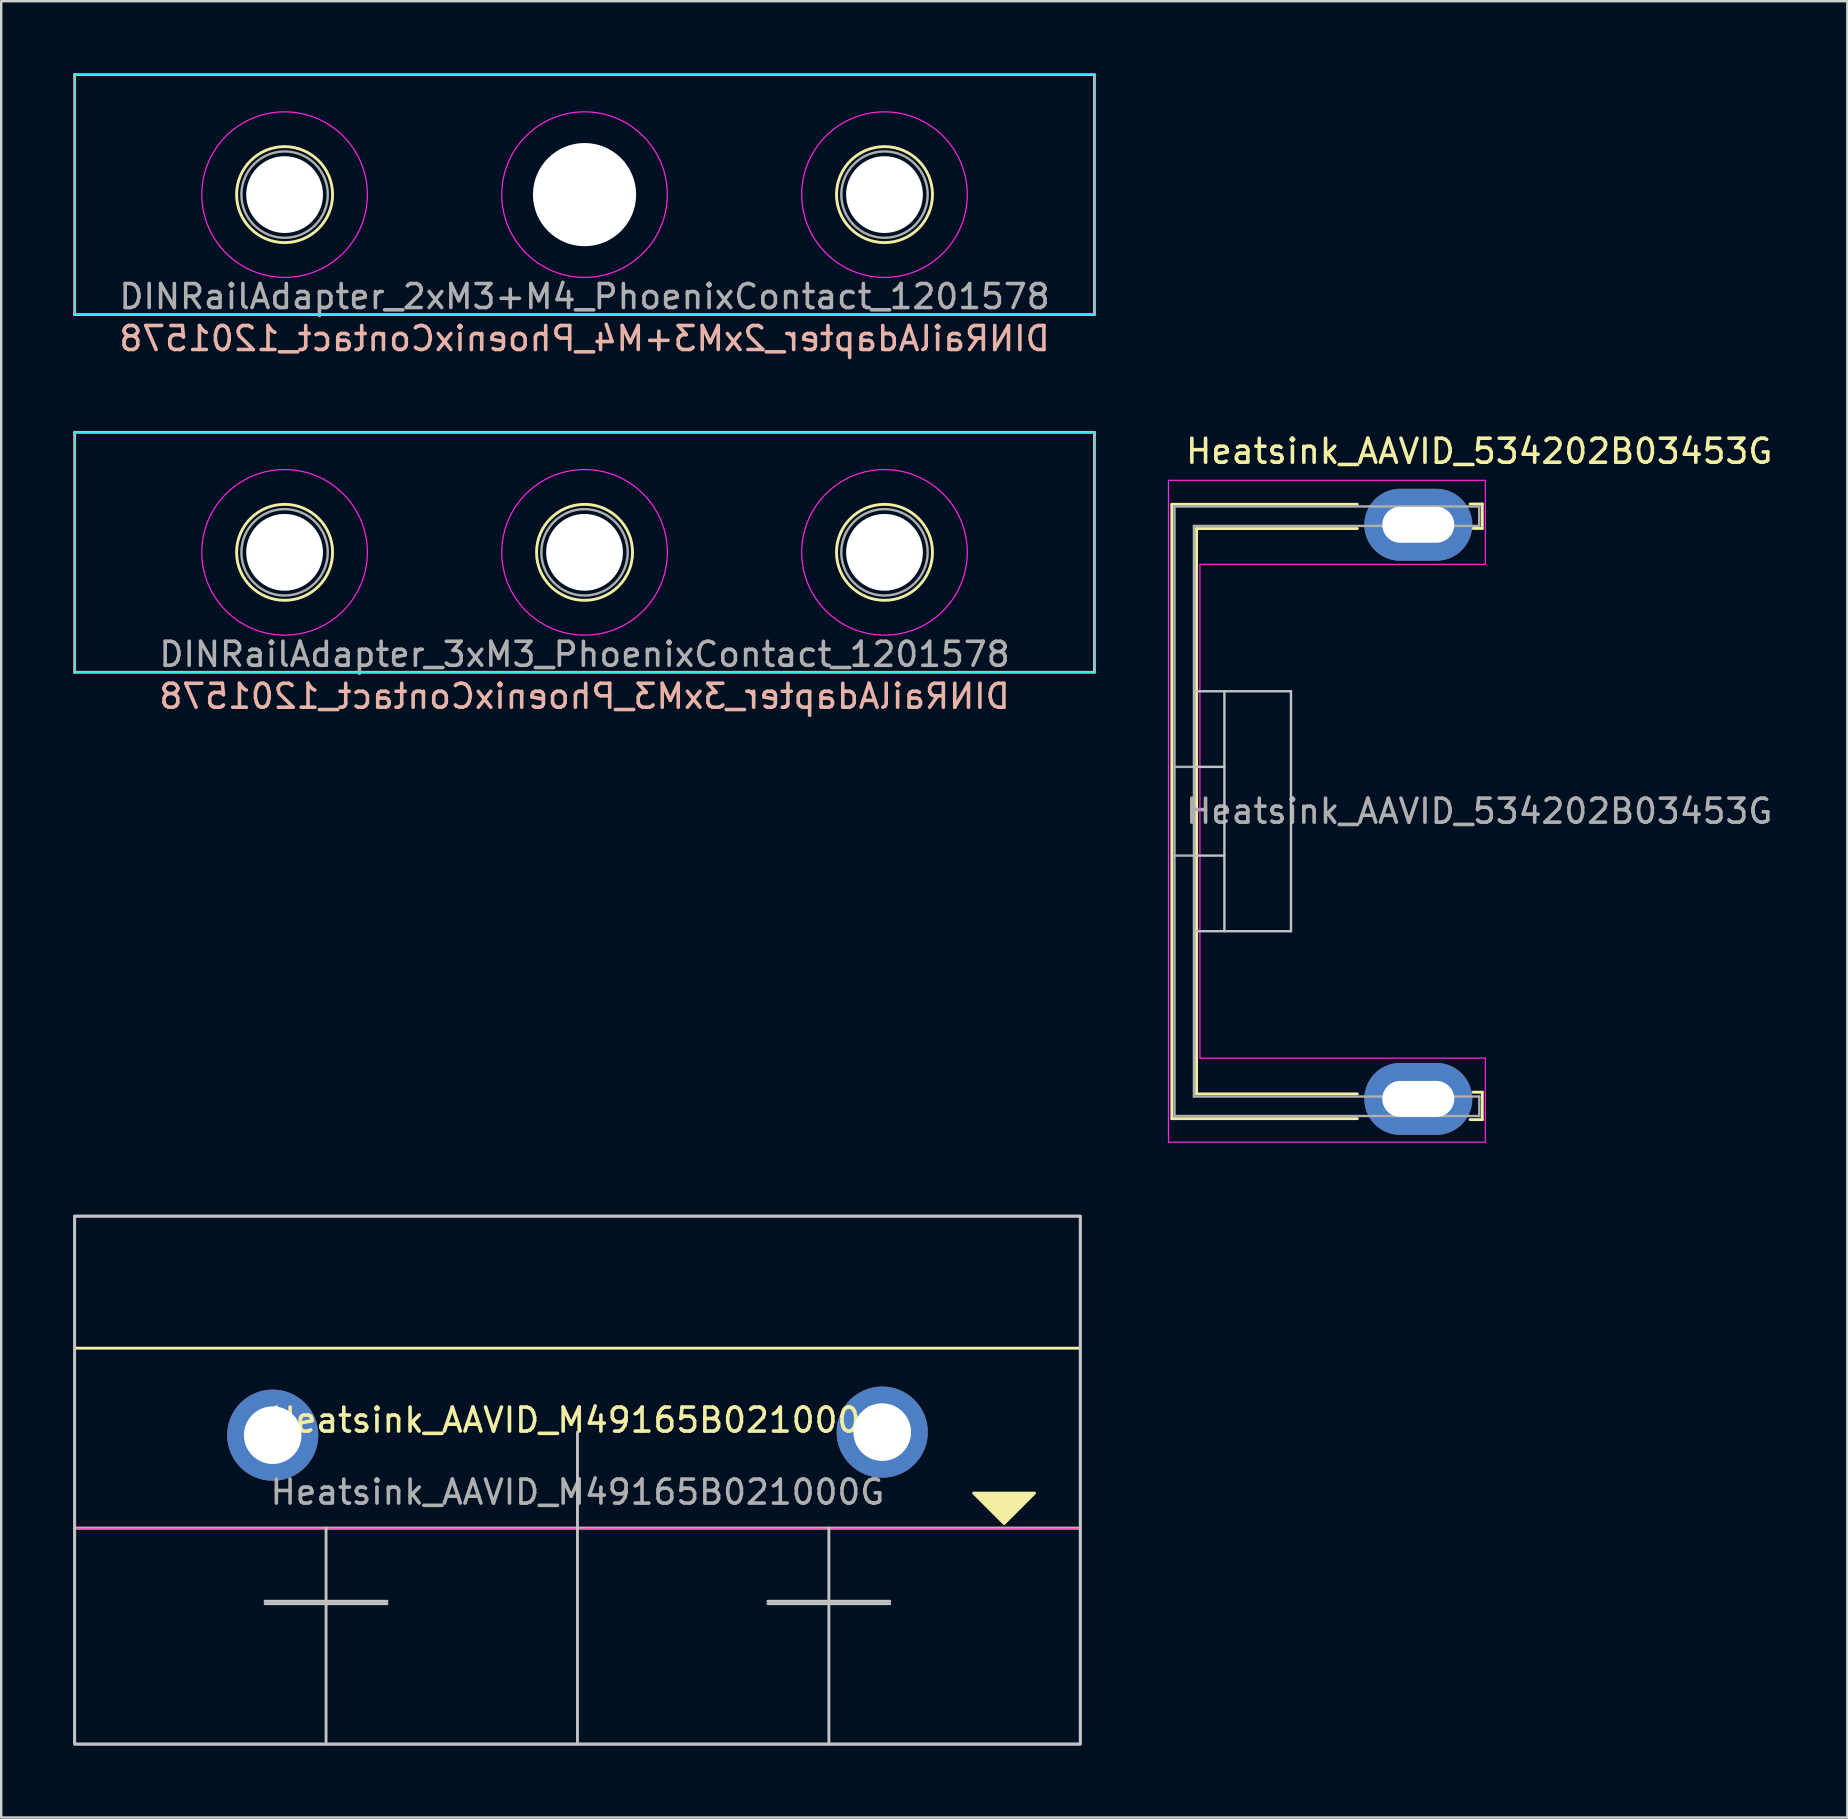
<source format=kicad_pcb>
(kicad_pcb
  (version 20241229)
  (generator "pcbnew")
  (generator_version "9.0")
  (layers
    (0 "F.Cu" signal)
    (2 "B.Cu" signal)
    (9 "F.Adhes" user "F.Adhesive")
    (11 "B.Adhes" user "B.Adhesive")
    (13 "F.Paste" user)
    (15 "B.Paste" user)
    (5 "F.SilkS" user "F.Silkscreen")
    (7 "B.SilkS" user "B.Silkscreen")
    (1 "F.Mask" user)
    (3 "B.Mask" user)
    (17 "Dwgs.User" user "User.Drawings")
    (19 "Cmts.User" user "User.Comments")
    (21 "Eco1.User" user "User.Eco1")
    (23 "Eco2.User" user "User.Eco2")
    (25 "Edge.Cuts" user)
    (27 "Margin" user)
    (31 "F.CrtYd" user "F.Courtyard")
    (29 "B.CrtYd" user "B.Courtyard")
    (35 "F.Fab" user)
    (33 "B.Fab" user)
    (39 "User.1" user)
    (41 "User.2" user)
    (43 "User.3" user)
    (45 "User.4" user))
  (footprint "Heatsink_AAVID_M49165B021000G"
    (layer "F.Cu")
    (at 21.015 56.632)
    (property "Reference" "Heatsink_AAVID_M49165B021000G" (at 0 -0.5 0) (unlocked yes) (layer "F.SilkS") (effects (font (size 1 1) (thickness 0.15))))
    (attr through_hole)
    (fp_line (start -20.955 -3.5) (end 20.955 -3.5) (stroke (width 0.12) (type solid)) (layer "F.SilkS"))
    (fp_line (start -20.955 4) (end 20.955 4) (stroke (width 0.12) (type solid)) (layer "F.SilkS"))
    (fp_poly (pts (xy 17.78 3.81) (xy 16.51 2.54) (xy 19.05 2.54)) (stroke (width 0.12) (type solid)) (fill yes) (layer "F.SilkS"))
    (fp_line (start -13.018 7.048) (end -7.938 7.048) (stroke (width 0.12) (type solid)) (layer "Dwgs.User"))
    (fp_line (start -13.018 7.15) (end -7.938 7.15) (stroke (width 0.12) (type solid)) (layer "Dwgs.User"))
    (fp_line (start -10.477 4) (end -10.477 13) (stroke (width 0.12) (type solid)) (layer "Dwgs.User"))
    (fp_line (start 0 0) (end 0 12.954) (stroke (width 0.12) (type solid)) (layer "Dwgs.User"))
    (fp_line (start 7.938 7.048) (end 13.018 7.048) (stroke (width 0.12) (type solid)) (layer "Dwgs.User"))
    (fp_line (start 7.938 7.15) (end 13.018 7.15) (stroke (width 0.12) (type solid)) (layer "Dwgs.User"))
    (fp_line (start 10.477 4) (end 10.477 13) (stroke (width 0.12) (type solid)) (layer "Dwgs.User"))
    (fp_rect (start -20.955 13) (end 20.955 -9) (stroke (width 0.12) (type solid)) (fill no) (layer "Dwgs.User"))
    (fp_rect (start -20.955 -9) (end 20.955 4) (stroke (width 0.05) (type solid)) (fill no) (layer "F.CrtYd"))
    (fp_rect (start -20.955 13) (end 20.955 -9) (stroke (width 0.12) (type solid)) (fill no) (layer "F.Fab"))
    (fp_text user "${REFERENCE}" (at 0 2.5 0) (unlocked yes) (layer "F.Fab") (effects (font (size 1 1) (thickness 0.15))))
    (pad "1" thru_hole circle (at 12.7 0) (size 3.8 3.8) (drill 2.4) (layers "*.Cu" "*.Mask"))
    (pad "2" thru_hole circle (at -12.7 0.127) (size 3.8 3.8) (drill 2.4) (layers "*.Cu" "*.Mask"))
    (zone (net_name "") (layer "F.Cu") (hatch edge 0.508) (connect_pads) (min_thickness 0.254) (filled_areas_thickness no) (keepout (tracks allowed) (vias not_allowed) (pads allowed) (copperpour not_allowed) (footprints allowed)) (placement (enabled no)) (fill) (polygon (pts (xy 41.97 60.645) (xy 0.06 60.645) (xy 0.06 53.126) (xy 41.97 53.126)))))
  (footprint "DINRailAdapter_2xM3+M4_PhoenixContact_1201578"
    (layer "F.Cu")
    (at 21.31 5.06)
    (property "Reference" "DINRailAdapter_2xM3+M4_PhoenixContact_1201578" (at 0 6 0) (layer "B.SilkS") (effects (font (size 1 1) (thickness 0.15)) (justify mirror)))
    (attr through_hole)
    (fp_circle (center -12.5 0) (end -10.5 0) (stroke (width 0.12) (type solid)) (fill no) (layer "F.SilkS"))
    (fp_circle (center 0 0) (end 2 0) (stroke (width 0.12) (type solid)) (fill no) (layer "F.SilkS"))
    (fp_circle (center 12.5 0) (end 14.5 0) (stroke (width 0.12) (type solid)) (fill no) (layer "F.SilkS"))
    (fp_line (start -21.25 -5) (end -21.25 5) (stroke (width 0.12) (type solid)) (layer "B.SilkS"))
    (fp_line (start -21.25 5) (end 21.25 5) (stroke (width 0.12) (type solid)) (layer "B.SilkS"))
    (fp_line (start 21.25 -5) (end -21.25 -5) (stroke (width 0.12) (type solid)) (layer "B.SilkS"))
    (fp_line (start 21.25 5) (end 21.25 -5) (stroke (width 0.12) (type solid)) (layer "B.SilkS"))
    (fp_line (start -21.25 -5) (end 21.25 -5) (stroke (width 0.05) (type solid)) (layer "B.CrtYd"))
    (fp_line (start -21.25 5) (end -21.25 -5) (stroke (width 0.05) (type solid)) (layer "B.CrtYd"))
    (fp_line (start 21.25 -5) (end 21.25 5) (stroke (width 0.05) (type solid)) (layer "B.CrtYd"))
    (fp_line (start 21.25 5) (end -21.25 5) (stroke (width 0.05) (type solid)) (layer "B.CrtYd"))
    (fp_circle (center -12.5 0) (end -9.05 0) (stroke (width 0.05) (type solid)) (fill no) (layer "F.CrtYd"))
    (fp_circle (center 0 0) (end 3.45 0) (stroke (width 0.05) (type solid)) (fill no) (layer "F.CrtYd"))
    (fp_circle (center 12.5 0) (end 15.95 0) (stroke (width 0.05) (type solid)) (fill no) (layer "F.CrtYd"))
    (fp_circle (center -12.5 0) (end -10.7 0) (stroke (width 0.1) (type solid)) (fill no) (layer "F.Fab"))
    (fp_circle (center 0 0) (end 1.8 0) (stroke (width 0.1) (type solid)) (fill no) (layer "F.Fab"))
    (fp_circle (center 12.5 0) (end 14.3 0) (stroke (width 0.1) (type solid)) (fill no) (layer "F.Fab"))
    (fp_text user "${REFERENCE}" (at 0 4.25 0) (layer "F.Fab") (effects (font (size 1 1) (thickness 0.15))))
    (pad "" np_thru_hole circle (at -12.5 0) (size 3.2 3.2) (drill 3.2) (layers "*.Cu" "*.Mask"))
    (pad "" np_thru_hole circle (at 0 0) (size 4.3 4.3) (drill 4.3) (layers "*.Cu" "*.Mask"))
    (pad "" np_thru_hole circle (at 12.5 0) (size 3.2 3.2) (drill 3.2) (layers "*.Cu" "*.Mask")))
  (footprint "DINRailAdapter_3xM3_PhoenixContact_1201578"
    (layer "F.Cu")
    (at 21.31 19.968)
    (property "Reference" "DINRailAdapter_3xM3_PhoenixContact_1201578" (at 0 6 0) (layer "B.SilkS") (effects (font (size 1 1) (thickness 0.15)) (justify mirror)))
    (attr through_hole)
    (fp_circle (center -12.5 0) (end -10.5 0) (stroke (width 0.12) (type solid)) (fill no) (layer "F.SilkS"))
    (fp_circle (center 0 0) (end 2 0) (stroke (width 0.12) (type solid)) (fill no) (layer "F.SilkS"))
    (fp_circle (center 12.5 0) (end 14.5 0) (stroke (width 0.12) (type solid)) (fill no) (layer "F.SilkS"))
    (fp_line (start -21.25 -5) (end -21.25 5) (stroke (width 0.12) (type solid)) (layer "B.SilkS"))
    (fp_line (start -21.25 5) (end 21.25 5) (stroke (width 0.12) (type solid)) (layer "B.SilkS"))
    (fp_line (start 21.25 -5) (end -21.25 -5) (stroke (width 0.12) (type solid)) (layer "B.SilkS"))
    (fp_line (start 21.25 5) (end 21.25 -5) (stroke (width 0.12) (type solid)) (layer "B.SilkS"))
    (fp_line (start -21.25 -5) (end 21.25 -5) (stroke (width 0.05) (type solid)) (layer "B.CrtYd"))
    (fp_line (start -21.25 5) (end -21.25 -5) (stroke (width 0.05) (type solid)) (layer "B.CrtYd"))
    (fp_line (start 21.25 -5) (end 21.25 5) (stroke (width 0.05) (type solid)) (layer "B.CrtYd"))
    (fp_line (start 21.25 5) (end -21.25 5) (stroke (width 0.05) (type solid)) (layer "B.CrtYd"))
    (fp_circle (center -12.5 0) (end -9.05 0) (stroke (width 0.05) (type solid)) (fill no) (layer "F.CrtYd"))
    (fp_circle (center 0 0) (end 3.45 0) (stroke (width 0.05) (type solid)) (fill no) (layer "F.CrtYd"))
    (fp_circle (center 12.5 0) (end 15.95 0) (stroke (width 0.05) (type solid)) (fill no) (layer "F.CrtYd"))
    (fp_circle (center -12.5 0) (end -10.7 0) (stroke (width 0.1) (type solid)) (fill no) (layer "F.Fab"))
    (fp_circle (center 0 0) (end 1.8 0) (stroke (width 0.1) (type solid)) (fill no) (layer "F.Fab"))
    (fp_circle (center 12.5 0) (end 14.3 0) (stroke (width 0.1) (type solid)) (fill no) (layer "F.Fab"))
    (fp_text user "${REFERENCE}" (at 0 4.25 0) (layer "F.Fab") (effects (font (size 1 1) (thickness 0.15))))
    (pad "" np_thru_hole circle (at -12.5 0) (size 3.2 3.2) (drill 3.2) (layers "*.Cu" "*.Mask"))
    (pad "" np_thru_hole circle (at 0 0) (size 3.2 3.2) (drill 3.2) (layers "*.Cu" "*.Mask"))
    (pad "" np_thru_hole circle (at 12.5 0) (size 3.2 3.2) (drill 3.2) (layers "*.Cu" "*.Mask")))
  (footprint "Heatsink_AAVID_534202B03453G"
    (layer "F.Cu")
    (at 52.245 30.782)
    (property "Reference" "Heatsink_AAVID_534202B03453G" (at 6.35 -15.025 0) (layer "F.SilkS") (effects (font (size 1 1) (thickness 0.15))))
    (attr through_hole)
    (fp_line (start -6.46 -12.815) (end -6.46 12.785) (stroke (width 0.12) (type solid)) (layer "F.SilkS"))
    (fp_line (start -6.46 -12.815) (end 1.27 -12.815) (stroke (width 0.12) (type solid)) (layer "F.SilkS"))
    (fp_line (start -6.46 12.785) (end 1.27 12.785) (stroke (width 0.12) (type solid)) (layer "F.SilkS"))
    (fp_line (start -5.43 -11.805) (end -5.43 11.755) (stroke (width 0.12) (type solid)) (layer "F.SilkS"))
    (fp_line (start -5.43 -11.805) (end 1.27 -11.805) (stroke (width 0.12) (type solid)) (layer "F.SilkS"))
    (fp_line (start -5.43 11.755) (end 1.27 11.755) (stroke (width 0.12) (type solid)) (layer "F.SilkS"))
    (fp_line (start 5.969 -12.827) (end 6.477 -12.827) (stroke (width 0.12) (type solid)) (layer "F.SilkS"))
    (fp_line (start 6.096 11.684) (end 6.477 11.684) (stroke (width 0.12) (type solid)) (layer "F.SilkS"))
    (fp_line (start 6.477 -12.827) (end 6.477 -11.811) (stroke (width 0.12) (type solid)) (layer "F.SilkS"))
    (fp_line (start 6.477 -11.811) (end 6.096 -11.811) (stroke (width 0.12) (type solid)) (layer "F.SilkS"))
    (fp_line (start 6.477 11.684) (end 6.477 12.827) (stroke (width 0.12) (type solid)) (layer "F.SilkS"))
    (fp_line (start 6.477 12.827) (end 5.969 12.827) (stroke (width 0.12) (type solid)) (layer "F.SilkS"))
    (fp_line (start -5.54 -1.875) (end -4.27 -1.875) (stroke (width 0.1) (type solid)) (layer "Dwgs.User"))
    (fp_line (start -5.54 1.825) (end -4.27 1.825) (stroke (width 0.1) (type solid)) (layer "Dwgs.User"))
    (fp_line (start -5.495 -5.025) (end -1.495 -5.025) (stroke (width 0.1) (type solid)) (layer "Dwgs.User"))
    (fp_line (start -4.27 -5.025) (end -4.27 4.975) (stroke (width 0.1) (type solid)) (layer "Dwgs.User"))
    (fp_line (start -1.495 -5.025) (end -1.495 4.975) (stroke (width 0.1) (type solid)) (layer "Dwgs.User"))
    (fp_line (start -1.495 4.975) (end -5.495 4.975) (stroke (width 0.1) (type solid)) (layer "Dwgs.User"))
    (fp_line (start -6.6 -13.815) (end -6.6 13.765) (stroke (width 0.05) (type solid)) (layer "F.CrtYd"))
    (fp_line (start -6.6 13.765) (end 6.604 13.765) (stroke (width 0.05) (type solid)) (layer "F.CrtYd"))
    (fp_line (start -5.29 -10.315) (end -5.29 10.265) (stroke (width 0.05) (type solid)) (layer "F.CrtYd"))
    (fp_line (start -5.29 -10.315) (end 6.604 -10.315) (stroke (width 0.05) (type solid)) (layer "F.CrtYd"))
    (fp_line (start -5.29 10.265) (end 6.604 10.265) (stroke (width 0.05) (type solid)) (layer "F.CrtYd"))
    (fp_line (start 6.604 -13.815) (end -6.6 -13.815) (stroke (width 0.05) (type solid)) (layer "F.CrtYd"))
    (fp_line (start 6.604 -13.815) (end 6.604 -10.315) (stroke (width 0.05) (type solid)) (layer "F.CrtYd"))
    (fp_line (start 6.604 10.265) (end 6.604 13.765) (stroke (width 0.05) (type solid)) (layer "F.CrtYd"))
    (fp_line (start -6.35 -12.725) (end -6.35 12.675) (stroke (width 0.1) (type solid)) (layer "F.Fab"))
    (fp_line (start -6.35 -12.725) (end 6.35 -12.725) (stroke (width 0.1) (type solid)) (layer "F.Fab"))
    (fp_line (start -6.34 -1.875) (end -5.54 -1.875) (stroke (width 0.1) (type solid)) (layer "F.Fab"))
    (fp_line (start -6.34 1.825) (end -5.54 1.825) (stroke (width 0.1) (type solid)) (layer "F.Fab"))
    (fp_line (start -5.54 -11.915) (end -5.54 11.865) (stroke (width 0.1) (type solid)) (layer "F.Fab"))
    (fp_line (start -5.54 -11.915) (end 6.35 -11.915) (stroke (width 0.1) (type solid)) (layer "F.Fab"))
    (fp_line (start 6.35 -12.725) (end 6.35 -11.915) (stroke (width 0.1) (type solid)) (layer "F.Fab"))
    (fp_line (start 6.353 11.865) (end -5.54 11.865) (stroke (width 0.1) (type solid)) (layer "F.Fab"))
    (fp_line (start 6.353 11.865) (end 6.353 12.675) (stroke (width 0.1) (type solid)) (layer "F.Fab"))
    (fp_line (start 6.353 12.675) (end -6.345 12.675) (stroke (width 0.1) (type solid)) (layer "F.Fab"))
    (fp_text user "${REFERENCE}" (at 6.35 -0.025 0) (layer "F.Fab") (effects (font (size 1 1) (thickness 0.15))))
    (pad "1" thru_hole oval (at 3.81 -11.963) (size 4.5 3) (drill oval 3 1.5) (layers "*.Cu" "*.Mask"))
    (pad "2" thru_hole oval (at 3.81 11.963) (size 4.5 3) (drill oval 3 1.5) (layers "*.Cu" "*.Mask")))
  (gr_rect
    (start -3 -3)
    (end 73.934 72.692)
    (stroke (width 0.1) (type default))
    (fill no)
    (layer "Edge.Cuts")))
</source>
